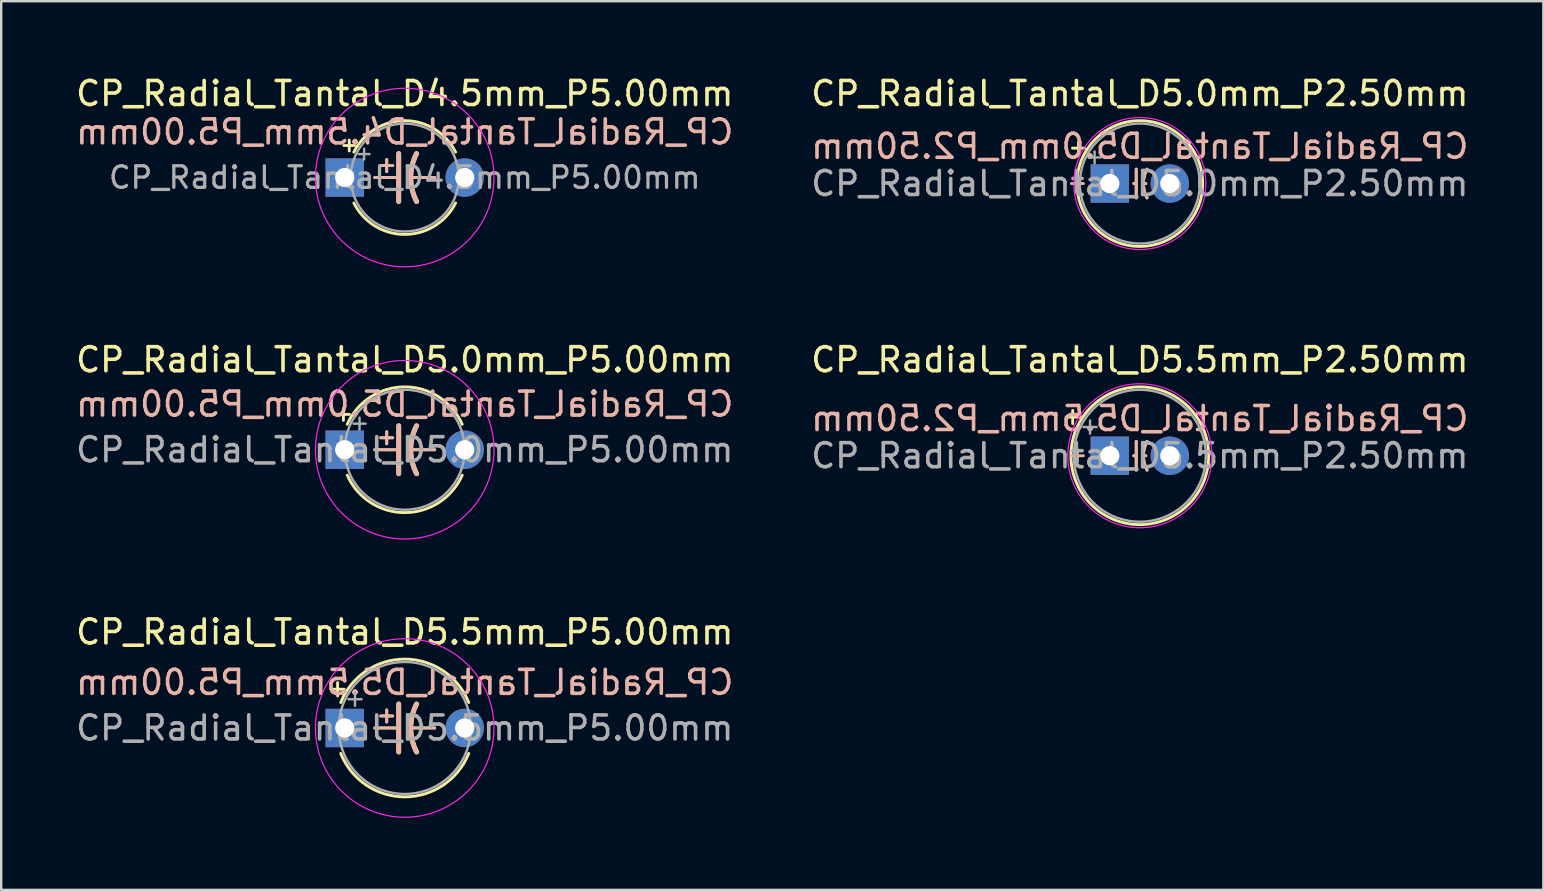
<source format=kicad_pcb>
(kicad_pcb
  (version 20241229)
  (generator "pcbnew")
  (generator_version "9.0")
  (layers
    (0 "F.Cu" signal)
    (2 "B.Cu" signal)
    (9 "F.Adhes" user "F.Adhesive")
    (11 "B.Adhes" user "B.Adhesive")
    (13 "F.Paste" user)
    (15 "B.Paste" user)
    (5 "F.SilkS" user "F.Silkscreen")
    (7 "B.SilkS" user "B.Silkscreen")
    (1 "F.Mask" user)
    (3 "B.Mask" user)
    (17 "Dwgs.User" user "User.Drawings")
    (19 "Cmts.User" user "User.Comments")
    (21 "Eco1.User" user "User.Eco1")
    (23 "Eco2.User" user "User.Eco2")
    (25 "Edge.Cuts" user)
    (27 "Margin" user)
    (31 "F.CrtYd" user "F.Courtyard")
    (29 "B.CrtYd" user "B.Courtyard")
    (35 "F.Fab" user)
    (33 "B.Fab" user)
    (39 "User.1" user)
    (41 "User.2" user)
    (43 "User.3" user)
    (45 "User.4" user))
  (footprint "CP_Radial_Tantal_D5.0mm_P2.50mm"
    (layer "F.Cu")
    (at 43.196 4.598)
    (property "Reference" "CP_Radial_Tantal_D5.0mm_P2.50mm" (at 1.25 -3.75 0) (layer "F.SilkS") (effects (font (size 1 1) (thickness 0.15))))
    (fp_line (start -1.555 -1.475) (end -1.055 -1.475) (stroke (width 0.12) (type solid)) (layer "F.SilkS"))
    (fp_line (start -1.305 -1.725) (end -1.305 -1.225) (stroke (width 0.12) (type solid)) (layer "F.SilkS"))
    (fp_line (start 1.1 -0.6) (end 1.1 0.6) (stroke (width 0.12) (type solid)) (layer "F.SilkS"))
    (fp_line (start 1.1 0) (end 1 0) (stroke (width 0.12) (type solid)) (layer "F.SilkS"))
    (fp_line (start 1.4 0) (end 1.5 0) (stroke (width 0.12) (type solid)) (layer "F.SilkS"))
    (fp_arc (start 1.4 0) (mid 1.438101 -0.309225) (end 1.55 -0.6) (stroke (width 0.12) (type solid)) (layer "F.SilkS"))
    (fp_arc (start 1.55 0.6) (mid 1.440022 0.308744) (end 1.4 0) (stroke (width 0.12) (type solid)) (layer "F.SilkS"))
    (fp_circle (center 1.25 0) (end 3.87 0) (stroke (width 0.12) (type solid)) (fill no) (layer "F.SilkS"))
    (fp_line (start -1.35 -0.25) (end -1.35 0.25) (stroke (width 0.12) (type solid)) (layer "B.SilkS"))
    (fp_line (start -1.1 0) (end -1.6 0) (stroke (width 0.12) (type solid)) (layer "B.SilkS"))
    (fp_line (start 1.1 0) (end 1 0) (stroke (width 0.12) (type solid)) (layer "B.SilkS"))
    (fp_line (start 1.1 0.6) (end 1.1 -0.6) (stroke (width 0.12) (type solid)) (layer "B.SilkS"))
    (fp_line (start 1.4 0) (end 1.5 0) (stroke (width 0.12) (type solid)) (layer "B.SilkS"))
    (fp_arc (start 1.4 0) (mid 1.440022 -0.308744) (end 1.55 -0.6) (stroke (width 0.12) (type solid)) (layer "B.SilkS"))
    (fp_arc (start 1.55 0.6) (mid 1.438098 0.309225) (end 1.4 0) (stroke (width 0.12) (type solid)) (layer "B.SilkS"))
    (fp_circle (center 1.25 0) (end 4 0) (stroke (width 0.05) (type solid)) (fill no) (layer "F.CrtYd"))
    (fp_line (start -0.884 -1.087) (end -0.384 -1.087) (stroke (width 0.1) (type solid)) (layer "F.Fab"))
    (fp_line (start -0.634 -1.337) (end -0.634 -0.838) (stroke (width 0.1) (type solid)) (layer "F.Fab"))
    (fp_circle (center 1.25 0) (end 3.75 0) (stroke (width 0.1) (type solid)) (fill no) (layer "F.Fab"))
    (fp_text user "${REFERENCE}" (at 1.25 -1.55 0) (layer "B.SilkS") (effects (font (size 1 1) (thickness 0.15)) (justify mirror)))
    (fp_text user "${REFERENCE}" (at 1.25 0 0) (layer "F.Fab") (effects (font (size 1 1) (thickness 0.15))))
    (pad "1" thru_hole rect (at 0 0) (size 1.6 1.6) (drill 0.8) (layers "*.Cu" "*.Mask"))
    (pad "2" thru_hole circle (at 2.5 0) (size 1.6 1.6) (drill 0.8) (layers "*.Cu" "*.Mask")))
  (footprint "CP_Radial_Tantal_D5.5mm_P2.50mm"
    (layer "F.Cu")
    (at 43.196 15.941)
    (property "Reference" "CP_Radial_Tantal_D5.5mm_P2.50mm" (at 1.25 -4 0) (layer "F.SilkS") (effects (font (size 1 1) (thickness 0.15))))
    (fp_line (start -1.822 -1.615) (end -1.272 -1.615) (stroke (width 0.12) (type solid)) (layer "F.SilkS"))
    (fp_line (start -1.547 -1.89) (end -1.547 -1.34) (stroke (width 0.12) (type solid)) (layer "F.SilkS"))
    (fp_line (start 1.1 -0.6) (end 1.1 0.6) (stroke (width 0.12) (type solid)) (layer "F.SilkS"))
    (fp_line (start 1.1 0) (end 1 0) (stroke (width 0.12) (type solid)) (layer "F.SilkS"))
    (fp_line (start 1.4 0) (end 1.5 0) (stroke (width 0.12) (type solid)) (layer "F.SilkS"))
    (fp_arc (start 1.4 0) (mid 1.438101 -0.309225) (end 1.55 -0.6) (stroke (width 0.12) (type solid)) (layer "F.SilkS"))
    (fp_arc (start 1.55 0.6) (mid 1.440022 0.308744) (end 1.4 0) (stroke (width 0.12) (type solid)) (layer "F.SilkS"))
    (fp_circle (center 1.25 0) (end 4.12 0) (stroke (width 0.12) (type solid)) (fill no) (layer "F.SilkS"))
    (fp_line (start -1.35 -0.25) (end -1.35 0.25) (stroke (width 0.12) (type solid)) (layer "B.SilkS"))
    (fp_line (start -1.1 0) (end -1.6 0) (stroke (width 0.12) (type solid)) (layer "B.SilkS"))
    (fp_line (start 1.1 0) (end 1 0) (stroke (width 0.12) (type solid)) (layer "B.SilkS"))
    (fp_line (start 1.1 0.6) (end 1.1 -0.6) (stroke (width 0.12) (type solid)) (layer "B.SilkS"))
    (fp_line (start 1.4 0) (end 1.5 0) (stroke (width 0.12) (type solid)) (layer "B.SilkS"))
    (fp_arc (start 1.4 0) (mid 1.440022 -0.308744) (end 1.55 -0.6) (stroke (width 0.12) (type solid)) (layer "B.SilkS"))
    (fp_arc (start 1.55 0.6) (mid 1.438098 0.309225) (end 1.4 0) (stroke (width 0.12) (type solid)) (layer "B.SilkS"))
    (fp_circle (center 1.25 0) (end 4.25 0) (stroke (width 0.05) (type solid)) (fill no) (layer "F.CrtYd"))
    (fp_line (start -1.099 -1.198) (end -0.549 -1.198) (stroke (width 0.1) (type solid)) (layer "F.Fab"))
    (fp_line (start -0.824 -1.472) (end -0.824 -0.922) (stroke (width 0.1) (type solid)) (layer "F.Fab"))
    (fp_circle (center 1.25 0) (end 4 0) (stroke (width 0.1) (type solid)) (fill no) (layer "F.Fab"))
    (fp_text user "${REFERENCE}" (at 1.25 -1.55 0) (layer "B.SilkS") (effects (font (size 1 1) (thickness 0.15)) (justify mirror)))
    (fp_text user "${REFERENCE}" (at 1.25 0 0) (layer "F.Fab") (effects (font (size 1 1) (thickness 0.15))))
    (pad "1" thru_hole rect (at 0 0) (size 1.6 1.6) (drill 0.8) (layers "*.Cu" "*.Mask"))
    (pad "2" thru_hole circle (at 2.5 0) (size 1.6 1.6) (drill 0.8) (layers "*.Cu" "*.Mask")))
  (footprint "CP_Radial_Tantal_D4.5mm_P5.00mm"
    (layer "F.Cu")
    (at 11.315 4.348)
    (property "Reference" "CP_Radial_Tantal_D4.5mm_P5.00mm" (at 2.5 -3.5 0) (layer "F.SilkS") (effects (font (size 1 1) (thickness 0.15))))
    (fp_line (start -0.037 -1.335) (end 0.413 -1.335) (stroke (width 0.12) (type solid)) (layer "F.SilkS"))
    (fp_line (start 0.188 -1.56) (end 0.188 -1.11) (stroke (width 0.12) (type solid)) (layer "F.SilkS"))
    (fp_line (start 1.25 0) (end 2.25 0) (stroke (width 0.12) (type solid)) (layer "F.SilkS"))
    (fp_line (start 1.5 -0.5) (end 2 -0.5) (stroke (width 0.12) (type solid)) (layer "F.SilkS"))
    (fp_line (start 1.75 -0.25) (end 1.75 -0.75) (stroke (width 0.12) (type solid)) (layer "F.SilkS"))
    (fp_line (start 2.25 -1) (end 2.25 1) (stroke (width 0.2) (type solid)) (layer "F.SilkS"))
    (fp_line (start 3.75 0) (end 2.75 0) (stroke (width 0.12) (type solid)) (layer "F.SilkS"))
    (fp_arc (start 0.380259 -1.06) (mid 2.5 -2.37) (end 4.619741 -1.06) (stroke (width 0.12) (type solid)) (layer "F.SilkS"))
    (fp_arc (start 2.75 0) (mid 2.810254 -0.5139) (end 2.987539 -1) (stroke (width 0.2) (type solid)) (layer "F.SilkS"))
    (fp_arc (start 3 1) (mid 2.816707 0.514573) (end 2.75 0) (stroke (width 0.2) (type solid)) (layer "F.SilkS"))
    (fp_arc (start 4.619741 1.06) (mid 2.5 2.37) (end 0.380259 1.06) (stroke (width 0.12) (type solid)) (layer "F.SilkS"))
    (fp_line (start 1.25 0) (end 2.25 0) (stroke (width 0.12) (type solid)) (layer "B.SilkS"))
    (fp_line (start 1.5 -0.5) (end 2 -0.5) (stroke (width 0.12) (type solid)) (layer "B.SilkS"))
    (fp_line (start 1.75 -0.75) (end 1.75 -0.25) (stroke (width 0.12) (type solid)) (layer "B.SilkS"))
    (fp_line (start 2.25 1) (end 2.25 -1) (stroke (width 0.2) (type solid)) (layer "B.SilkS"))
    (fp_line (start 3.75 0) (end 2.75 0) (stroke (width 0.12) (type solid)) (layer "B.SilkS"))
    (fp_arc (start 2.75 0) (mid 2.816707 -0.514573) (end 3 -1) (stroke (width 0.2) (type solid)) (layer "B.SilkS"))
    (fp_arc (start 2.987539 1) (mid 2.810254 0.5139) (end 2.75 0) (stroke (width 0.2) (type solid)) (layer "B.SilkS"))
    (fp_circle (center 2.5 0) (end 6.22 0) (stroke (width 0.05) (type solid)) (fill no) (layer "F.CrtYd"))
    (fp_line (start 0.582 -0.978) (end 1.032 -0.978) (stroke (width 0.1) (type solid)) (layer "F.Fab"))
    (fp_line (start 0.807 -1.202) (end 0.807 -0.752) (stroke (width 0.1) (type solid)) (layer "F.Fab"))
    (fp_circle (center 2.5 0) (end 4.75 0) (stroke (width 0.1) (type solid)) (fill no) (layer "F.Fab"))
    (fp_text user "${REFERENCE}" (at 2.5 -1.9 0) (layer "B.SilkS") (effects (font (size 1 1) (thickness 0.15)) (justify mirror)))
    (fp_text user "${REFERENCE}" (at 2.5 0 0) (layer "F.Fab") (effects (font (size 0.9 0.9) (thickness 0.135))))
    (pad "1" thru_hole rect (at 0 0) (size 1.6 1.6) (drill 0.8) (layers "*.Cu" "*.Mask"))
    (pad "2" thru_hole circle (at 5 0) (size 1.6 1.6) (drill 0.8) (layers "*.Cu" "*.Mask")))
  (footprint "CP_Radial_Tantal_D5.5mm_P5.00mm"
    (layer "F.Cu")
    (at 11.315 27.285)
    (property "Reference" "CP_Radial_Tantal_D5.5mm_P5.00mm" (at 2.5 -4 0) (layer "F.SilkS") (effects (font (size 1 1) (thickness 0.15))))
    (fp_line (start -0.572 -1.615) (end -0.022 -1.615) (stroke (width 0.12) (type solid)) (layer "F.SilkS"))
    (fp_line (start -0.297 -1.89) (end -0.297 -1.34) (stroke (width 0.12) (type solid)) (layer "F.SilkS"))
    (fp_line (start 1.25 0) (end 2.25 0) (stroke (width 0.12) (type solid)) (layer "F.SilkS"))
    (fp_line (start 1.5 -0.5) (end 2 -0.5) (stroke (width 0.12) (type solid)) (layer "F.SilkS"))
    (fp_line (start 1.75 -0.25) (end 1.75 -0.75) (stroke (width 0.12) (type solid)) (layer "F.SilkS"))
    (fp_line (start 2.25 -1) (end 2.25 1) (stroke (width 0.2) (type solid)) (layer "F.SilkS"))
    (fp_line (start 3.75 0) (end 2.75 0) (stroke (width 0.12) (type solid)) (layer "F.SilkS"))
    (fp_arc (start -0.167077 -1.06) (mid 2.5 -2.87) (end 5.167077 -1.06) (stroke (width 0.12) (type solid)) (layer "F.SilkS"))
    (fp_arc (start 2.75 0) (mid 2.810254 -0.5139) (end 2.987539 -1) (stroke (width 0.2) (type solid)) (layer "F.SilkS"))
    (fp_arc (start 3 1) (mid 2.816707 0.514573) (end 2.75 0) (stroke (width 0.2) (type solid)) (layer "F.SilkS"))
    (fp_arc (start 5.167077 1.06) (mid 2.5 2.87) (end -0.167077 1.06) (stroke (width 0.12) (type solid)) (layer "F.SilkS"))
    (fp_line (start 1.25 0) (end 2.25 0) (stroke (width 0.12) (type solid)) (layer "B.SilkS"))
    (fp_line (start 1.5 -0.5) (end 2 -0.5) (stroke (width 0.12) (type solid)) (layer "B.SilkS"))
    (fp_line (start 1.75 -0.75) (end 1.75 -0.25) (stroke (width 0.12) (type solid)) (layer "B.SilkS"))
    (fp_line (start 2.25 1) (end 2.25 -1) (stroke (width 0.2) (type solid)) (layer "B.SilkS"))
    (fp_line (start 3.75 0) (end 2.75 0) (stroke (width 0.12) (type solid)) (layer "B.SilkS"))
    (fp_arc (start 2.75 0) (mid 2.816707 -0.514573) (end 3 -1) (stroke (width 0.2) (type solid)) (layer "B.SilkS"))
    (fp_arc (start 2.987539 1) (mid 2.810254 0.5139) (end 2.75 0) (stroke (width 0.2) (type solid)) (layer "B.SilkS"))
    (fp_circle (center 2.5 0) (end 6.22 0) (stroke (width 0.05) (type solid)) (fill no) (layer "F.CrtYd"))
    (fp_line (start 0.151 -1.198) (end 0.701 -1.198) (stroke (width 0.1) (type solid)) (layer "F.Fab"))
    (fp_line (start 0.426 -1.472) (end 0.426 -0.922) (stroke (width 0.1) (type solid)) (layer "F.Fab"))
    (fp_circle (center 2.5 0) (end 5.25 0) (stroke (width 0.1) (type solid)) (fill no) (layer "F.Fab"))
    (fp_text user "${REFERENCE}" (at 2.5 -1.9 0) (layer "B.SilkS") (effects (font (size 1 1) (thickness 0.15)) (justify mirror)))
    (fp_text user "${REFERENCE}" (at 2.5 0 0) (layer "F.Fab") (effects (font (size 1 1) (thickness 0.15))))
    (pad "1" thru_hole rect (at 0 0) (size 1.6 1.6) (drill 0.8) (layers "*.Cu" "*.Mask"))
    (pad "2" thru_hole circle (at 5 0) (size 1.6 1.6) (drill 0.8) (layers "*.Cu" "*.Mask")))
  (footprint "CP_Radial_Tantal_D5.0mm_P5.00mm"
    (layer "F.Cu")
    (at 11.315 15.691)
    (property "Reference" "CP_Radial_Tantal_D5.0mm_P5.00mm" (at 2.5 -3.75 0) (layer "F.SilkS") (effects (font (size 1 1) (thickness 0.15))))
    (fp_line (start -0.305 -1.475) (end 0.195 -1.475) (stroke (width 0.12) (type solid)) (layer "F.SilkS"))
    (fp_line (start -0.055 -1.725) (end -0.055 -1.225) (stroke (width 0.12) (type solid)) (layer "F.SilkS"))
    (fp_line (start 1.25 0) (end 2.25 0) (stroke (width 0.12) (type solid)) (layer "F.SilkS"))
    (fp_line (start 1.5 -0.5) (end 2 -0.5) (stroke (width 0.12) (type solid)) (layer "F.SilkS"))
    (fp_line (start 1.75 -0.25) (end 1.75 -0.75) (stroke (width 0.12) (type solid)) (layer "F.SilkS"))
    (fp_line (start 2.25 -1) (end 2.25 1) (stroke (width 0.2) (type solid)) (layer "F.SilkS"))
    (fp_line (start 3.75 0) (end 2.75 0) (stroke (width 0.12) (type solid)) (layer "F.SilkS"))
    (fp_arc (start 0.104003 -1.06) (mid 2.5 -2.62) (end 4.895997 -1.06) (stroke (width 0.12) (type solid)) (layer "F.SilkS"))
    (fp_arc (start 2.75 0) (mid 2.810254 -0.5139) (end 2.987539 -1) (stroke (width 0.2) (type solid)) (layer "F.SilkS"))
    (fp_arc (start 3 1) (mid 2.816707 0.514573) (end 2.75 0) (stroke (width 0.2) (type solid)) (layer "F.SilkS"))
    (fp_arc (start 4.895997 1.06) (mid 2.5 2.62) (end 0.104003 1.06) (stroke (width 0.12) (type solid)) (layer "F.SilkS"))
    (fp_line (start 1.25 0) (end 2.25 0) (stroke (width 0.12) (type solid)) (layer "B.SilkS"))
    (fp_line (start 1.5 -0.5) (end 2 -0.5) (stroke (width 0.12) (type solid)) (layer "B.SilkS"))
    (fp_line (start 1.75 -0.75) (end 1.75 -0.25) (stroke (width 0.12) (type solid)) (layer "B.SilkS"))
    (fp_line (start 2.25 1) (end 2.25 -1) (stroke (width 0.2) (type solid)) (layer "B.SilkS"))
    (fp_line (start 3.75 0) (end 2.75 0) (stroke (width 0.12) (type solid)) (layer "B.SilkS"))
    (fp_arc (start 2.75 0) (mid 2.816707 -0.514573) (end 3 -1) (stroke (width 0.2) (type solid)) (layer "B.SilkS"))
    (fp_arc (start 2.987539 1) (mid 2.810254 0.5139) (end 2.75 0) (stroke (width 0.2) (type solid)) (layer "B.SilkS"))
    (fp_circle (center 2.5 0) (end 6.22 0) (stroke (width 0.05) (type solid)) (fill no) (layer "F.CrtYd"))
    (fp_line (start 0.366 -1.087) (end 0.866 -1.087) (stroke (width 0.1) (type solid)) (layer "F.Fab"))
    (fp_line (start 0.616 -1.337) (end 0.616 -0.838) (stroke (width 0.1) (type solid)) (layer "F.Fab"))
    (fp_circle (center 2.5 0) (end 5 0) (stroke (width 0.1) (type solid)) (fill no) (layer "F.Fab"))
    (fp_text user "${REFERENCE}" (at 2.5 -1.9 0) (layer "B.SilkS") (effects (font (size 1 1) (thickness 0.15)) (justify mirror)))
    (fp_text user "${REFERENCE}" (at 2.5 0 0) (layer "F.Fab") (effects (font (size 1 1) (thickness 0.15))))
    (pad "1" thru_hole rect (at 0 0) (size 1.6 1.6) (drill 0.8) (layers "*.Cu" "*.Mask"))
    (pad "2" thru_hole circle (at 5 0) (size 1.6 1.6) (drill 0.8) (layers "*.Cu" "*.Mask")))
  (gr_rect
    (start -3 -3)
    (end 61.262 34.03)
    (stroke (width 0.1) (type default))
    (fill no)
    (layer "Edge.Cuts")))
</source>
